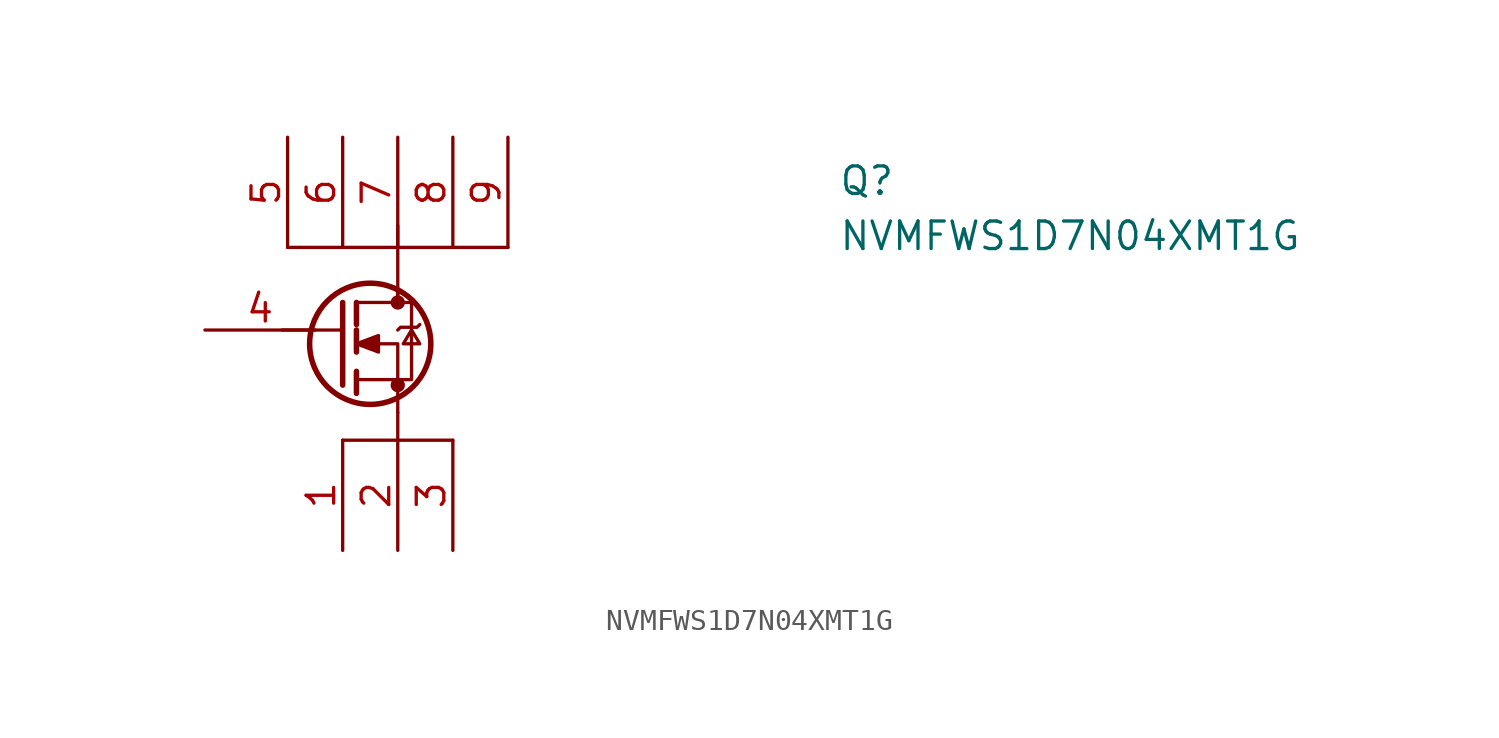
<source format=kicad_sym>
(kicad_symbol_lib
  (version 20241209)
  (generator "kicad_symbol_editor")
  (generator_version "9.0")
  (symbol "NVMFWS1D7N04XMT1G"
    (property "Reference" "Q"
      (at 21.59 7.62 0)
      (effects (font (size 1.27 1.27)) (justify left top)))
    (property "Value" "NVMFWS1D7N04XMT1G"
      (at 21.59 5.08 0)
      (effects (font (size 1.27 1.27)) (justify left top)))
    (symbol "NVMFWS1D7N04XMT1G_0_1"
      (polyline (pts (xy -3.81 3.81) (xy 6.35 3.81)) (stroke (width 0) (type default)) (fill (type none)))
      (polyline (pts (xy -1.27 1.27) (xy -1.27 -2.54)) (stroke (width 0.254) (type default)) (fill (type none)))
      (polyline (pts (xy -1.27 0) (xy -4.064 0)) (stroke (width 0) (type default)) (fill (type none)))
      (polyline (pts (xy -1.27 -5.08) (xy 3.81 -5.08)) (stroke (width 0) (type default)) (fill (type none)))
      (polyline (pts (xy -0.635 1.27) (xy -0.635 0.254)) (stroke (width 0.254) (type default)) (fill (type none)))
      (polyline (pts (xy -0.635 1.27) (xy 1.905 1.27) (xy 1.905 -2.286) (xy -0.635 -2.286)) (stroke (width 0) (type default)) (fill (type none)))
      (polyline (pts (xy -0.635 0) (xy -0.635 -1.016)) (stroke (width 0.254) (type default)) (fill (type none)))
      (polyline (pts (xy -0.635 -0.635) (xy 0.381 -1.016) (xy 0.381 -0.254) (xy -0.635 -0.635)) (stroke (width 0) (type default)) (fill (type outline)))
      (polyline (pts (xy -0.635 -1.905) (xy -0.635 -2.921)) (stroke (width 0.254) (type default)) (fill (type none)))
      (circle (center 0 -0.635) (radius 2.794) (stroke (width 0.254) (type default)) (fill (type none)))
      (polyline (pts (xy 1.27 1.905) (xy 1.27 1.143)) (stroke (width 0) (type default)) (fill (type none)))
      (polyline (pts (xy 1.27 1.27) (xy 1.27 4.826)) (stroke (width 0) (type default)) (fill (type none)))
      (circle (center 1.27 1.27) (radius 0.254) (stroke (width 0) (type default)) (fill (type outline)))
      (polyline (pts (xy 1.27 0) (xy 1.397 0.127) (xy 2.159 0.127) (xy 2.286 0.254)) (stroke (width 0) (type default)) (fill (type none)))
      (circle (center 1.27 -2.54) (radius 0.254) (stroke (width 0) (type default)) (fill (type outline)))
      (polyline (pts (xy 1.27 -3.81) (xy 1.27 -0.635) (xy -0.508 -0.635)) (stroke (width 0) (type default)) (fill (type none)))
      (polyline (pts (xy 1.27 -5.08) (xy 1.27 -3.81)) (stroke (width 0) (type default)) (fill (type none)))
      (polyline (pts (xy 1.905 0) (xy 2.286 -0.635) (xy 1.524 -0.635) (xy 1.905 0)) (stroke (width 0) (type default)) (fill (type none))))
    (symbol "NVMFWS1D7N04XMT1G_1_1"
      (pin passive line (at -7.62 0 0) (length 5.08) (name "" (effects (font (size 1.27 1.27)))) (number "4" (effects (font (size 1.27 1.27)))))
      (pin passive line (at -3.81 8.89 270) (length 5.08) (name "" (effects (font (size 1.27 1.27)))) (number "5" (effects (font (size 1.27 1.27)))))
      (pin passive line (at -1.27 8.89 270) (length 5.08) (name "" (effects (font (size 1.27 1.27)))) (number "6" (effects (font (size 1.27 1.27)))))
      (pin passive line (at -1.27 -10.16 90) (length 5.08) (name "" (effects (font (size 1.27 1.27)))) (number "1" (effects (font (size 1.27 1.27)))))
      (pin passive line (at 1.27 8.89 270) (length 5.08) (name "" (effects (font (size 1.27 1.27)))) (number "7" (effects (font (size 1.27 1.27)))))
      (pin passive line (at 1.27 -10.16 90) (length 5.08) (name "" (effects (font (size 1.27 1.27)))) (number "2" (effects (font (size 1.27 1.27)))))
      (pin passive line (at 3.81 8.89 270) (length 5.08) (name "" (effects (font (size 1.27 1.27)))) (number "8" (effects (font (size 1.27 1.27)))))
      (pin passive line (at 3.81 -10.16 90) (length 5.08) (name "" (effects (font (size 1.27 1.27)))) (number "3" (effects (font (size 1.27 1.27)))))
      (pin passive line (at 6.35 8.89 270) (length 5.08) (name "" (effects (font (size 1.27 1.27)))) (number "9" (effects (font (size 1.27 1.27))))))))
</source>
